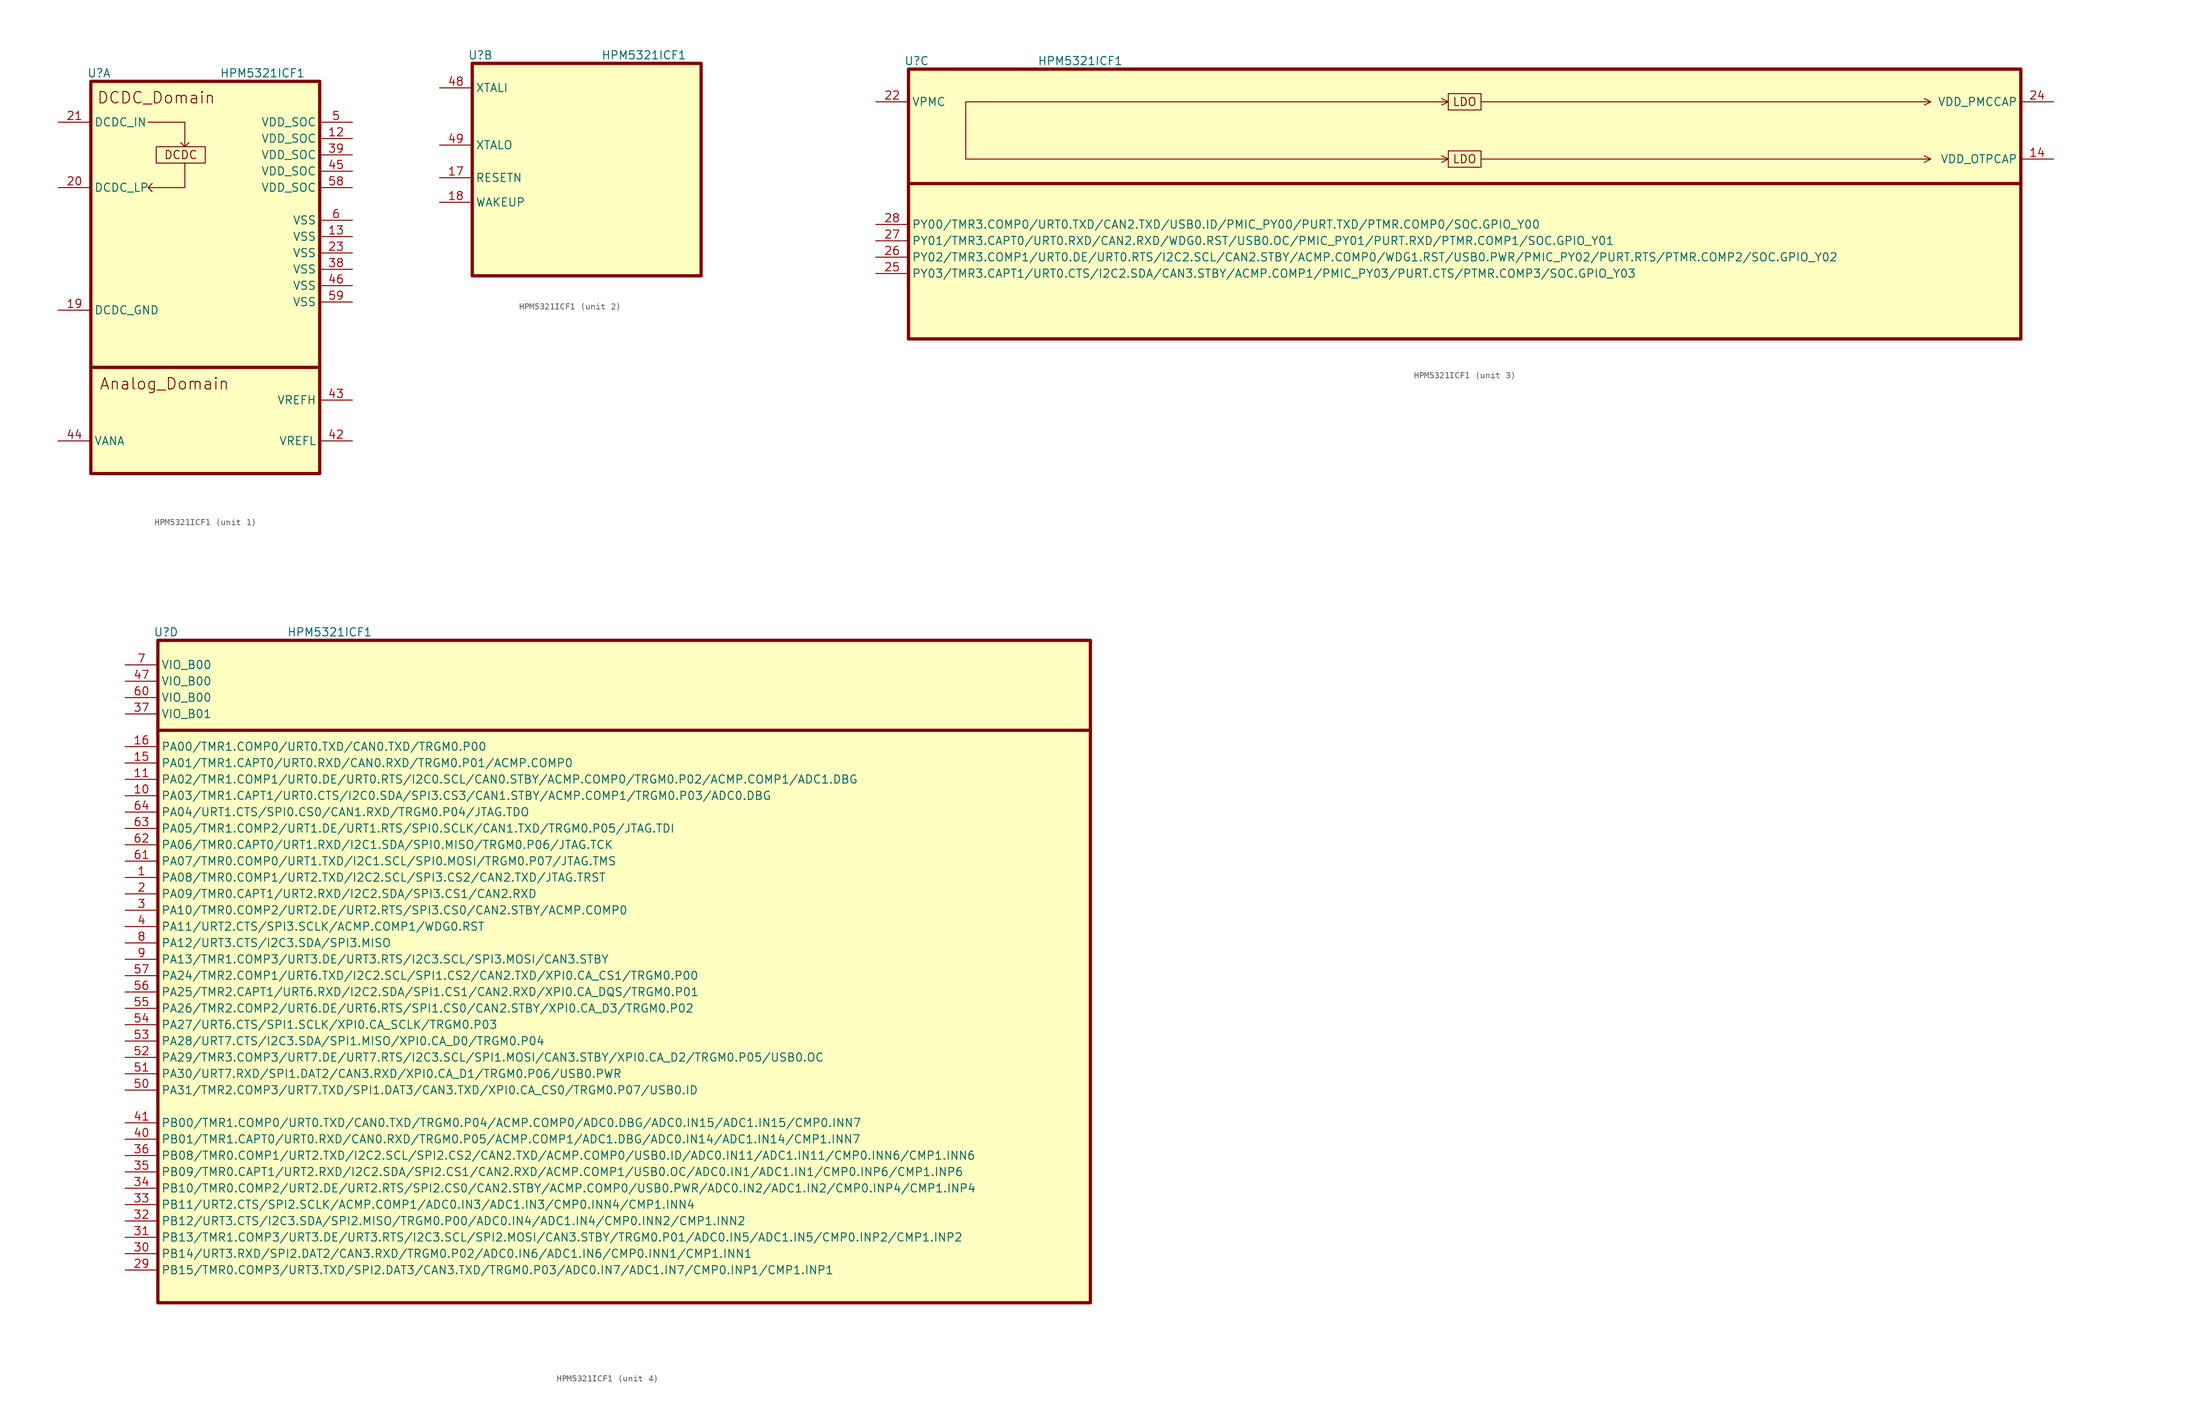
<source format=kicad_sym>
(kicad_symbol_lib
  (version 20220914)
  (generator kicad_symbol_editor)
  (symbol "HPM5321ICF1"
    (property "Reference" "U"
      (at 1.27 1.27 0)
      (effects (font (size 1.27 1.27))))
    (property "Value" "HPM5321ICF1"
      (at 26.67 1.27 0)
      (effects (font (size 1.27 1.27))))
    (property "ki_locked" ""
      (at 0 0 0)
      (effects (font (size 1.27 1.27))))
    (symbol "HPM5321ICF1_1_1"
      (polyline (pts (xy 0 -44.45) (xy 35.56 -44.45)) (stroke (width 0.508) (type default)) (fill (type none)))
      (polyline (pts (xy 8.89 -6.35) (xy 14.605 -6.35) (xy 14.605 -10.16) (xy 13.97 -9.525) (xy 14.605 -10.16) (xy 15.24 -9.525)) (stroke (width 0) (type default)) (fill (type none)))
      (polyline (pts (xy 14.605 -12.7) (xy 14.605 -16.51) (xy 8.89 -16.51) (xy 9.525 -15.875) (xy 8.89 -16.51) (xy 9.525 -17.145)) (stroke (width 0) (type default)) (fill (type none)))
      (rectangle (start 0 0) (end 35.56 -60.96) (stroke (width 0.508) (type default)) (fill (type background)))
      (rectangle (start 10.16 -10.16) (end 17.78 -12.7) (stroke (width 0) (type default)) (fill (type none)))
      (text "Analog_Domain" (at 11.43 -46.99 0) (effects (font (size 1.778 1.778))))
      (text "DCDC" (at 13.97 -11.43 0) (effects (font (size 1.27 1.27))))
      (text "DCDC_Domain" (at 10.16 -2.54 0) (effects (font (size 1.778 1.778))))
      (pin power_in line (at 40.64 -8.89 180) (length 5.08) (name "VDD_SOC" (effects (font (size 1.27 1.27)))) (number "12" (effects (font (size 1.27 1.27)))))
      (pin power_in line (at 40.64 -24.13 180) (length 5.08) (name "VSS" (effects (font (size 1.27 1.27)))) (number "13" (effects (font (size 1.27 1.27)))))
      (pin power_in line (at -5.08 -35.56 0) (length 5.08) (name "DCDC_GND" (effects (font (size 1.27 1.27)))) (number "19" (effects (font (size 1.27 1.27)))))
      (pin power_in line (at -5.08 -16.51 0) (length 5.08) (name "DCDC_LP" (effects (font (size 1.27 1.27)))) (number "20" (effects (font (size 1.27 1.27)))))
      (pin power_in line (at -5.08 -6.35 0) (length 5.08) (name "DCDC_IN" (effects (font (size 1.27 1.27)))) (number "21" (effects (font (size 1.27 1.27)))))
      (pin power_in line (at 40.64 -26.67 180) (length 5.08) (name "VSS" (effects (font (size 1.27 1.27)))) (number "23" (effects (font (size 1.27 1.27)))))
      (pin power_in line (at 40.64 -29.21 180) (length 5.08) (name "VSS" (effects (font (size 1.27 1.27)))) (number "38" (effects (font (size 1.27 1.27)))))
      (pin power_in line (at 40.64 -11.43 180) (length 5.08) (name "VDD_SOC" (effects (font (size 1.27 1.27)))) (number "39" (effects (font (size 1.27 1.27)))))
      (pin power_in line (at 40.64 -55.88 180) (length 5.08) (name "VREFL" (effects (font (size 1.27 1.27)))) (number "42" (effects (font (size 1.27 1.27)))))
      (pin power_in line (at 40.64 -49.53 180) (length 5.08) (name "VREFH" (effects (font (size 1.27 1.27)))) (number "43" (effects (font (size 1.27 1.27)))))
      (pin power_in line (at -5.08 -55.88 0) (length 5.08) (name "VANA" (effects (font (size 1.27 1.27)))) (number "44" (effects (font (size 1.27 1.27)))))
      (pin power_in line (at 40.64 -13.97 180) (length 5.08) (name "VDD_SOC" (effects (font (size 1.27 1.27)))) (number "45" (effects (font (size 1.27 1.27)))))
      (pin power_in line (at 40.64 -31.75 180) (length 5.08) (name "VSS" (effects (font (size 1.27 1.27)))) (number "46" (effects (font (size 1.27 1.27)))))
      (pin power_in line (at 40.64 -6.35 180) (length 5.08) (name "VDD_SOC" (effects (font (size 1.27 1.27)))) (number "5" (effects (font (size 1.27 1.27)))))
      (pin power_in line (at 40.64 -16.51 180) (length 5.08) (name "VDD_SOC" (effects (font (size 1.27 1.27)))) (number "58" (effects (font (size 1.27 1.27)))))
      (pin bidirectional line (at 40.64 -34.29 180) (length 5.08) (name "VSS" (effects (font (size 1.27 1.27)))) (number "59" (effects (font (size 1.27 1.27)))))
      (pin power_in line (at 40.64 -21.59 180) (length 5.08) (name "VSS" (effects (font (size 1.27 1.27)))) (number "6" (effects (font (size 1.27 1.27))))))
    (symbol "HPM5321ICF1_2_1"
      (rectangle (start 0 0) (end 35.56 -33.02) (stroke (width 0.508) (type default)) (fill (type background)))
      (pin input line (at -5.08 -17.78 0) (length 5.08) (name "RESETN" (effects (font (size 1.27 1.27)))) (number "17" (effects (font (size 1.27 1.27)))))
      (pin input line (at -5.08 -21.59 0) (length 5.08) (name "WAKEUP" (effects (font (size 1.27 1.27)))) (number "18" (effects (font (size 1.27 1.27)))))
      (pin input line (at -5.08 -3.81 0) (length 5.08) (name "XTALI" (effects (font (size 1.27 1.27)))) (number "48" (effects (font (size 1.27 1.27)))))
      (pin output line (at -5.08 -12.7 0) (length 5.08) (name "XTALO" (effects (font (size 1.27 1.27)))) (number "49" (effects (font (size 1.27 1.27))))))
    (symbol "HPM5321ICF1_3_0"
      (polyline (pts (xy 8.89 -13.97) (xy 83.82 -13.97) (xy 82.804 -13.462) (xy 83.82 -13.97) (xy 82.804 -14.478)) (stroke (width 0) (type default)) (fill (type none)))
      (polyline (pts (xy 8.89 -5.08) (xy 83.82 -5.08) (xy 82.804 -4.572) (xy 83.82 -5.08) (xy 82.804 -5.588)) (stroke (width 0) (type default)) (fill (type none)))
      (polyline (pts (xy 88.9 -13.97) (xy 158.75 -13.97) (xy 157.734 -13.462) (xy 158.75 -13.97) (xy 157.734 -14.478)) (stroke (width 0) (type default)) (fill (type none)))
      (polyline (pts (xy 88.9 -5.08) (xy 158.75 -5.08) (xy 157.734 -4.572) (xy 158.75 -5.08) (xy 157.734 -5.588)) (stroke (width 0) (type default)) (fill (type none))))
    (symbol "HPM5321ICF1_3_1"
      (polyline (pts (xy 0 -17.78) (xy 172.72 -17.78)) (stroke (width 0.508) (type default)) (fill (type none)))
      (polyline (pts (xy 8.89 -12.7) (xy 8.89 -5.08) (xy 8.89 -13.97)) (stroke (width 0) (type default)) (fill (type none)))
      (rectangle (start 0 0) (end 172.72 -41.91) (stroke (width 0.508) (type default)) (fill (type background)))
      (rectangle (start 83.82 -12.7) (end 88.9 -15.24) (stroke (width 0) (type default)) (fill (type none)))
      (rectangle (start 83.82 -3.81) (end 88.9 -6.35) (stroke (width 0) (type default)) (fill (type none)))
      (text "LDO" (at 86.36 -13.97 0) (effects (font (size 1.27 1.27))))
      (text "LDO" (at 86.36 -5.08 0) (effects (font (size 1.27 1.27))))
      (pin power_out line (at 177.8 -13.97 180) (length 5.08) (name "VDD_OTPCAP" (effects (font (size 1.27 1.27)))) (number "14" (effects (font (size 1.27 1.27)))))
      (pin power_in line (at -5.08 -5.08 0) (length 5.08) (name "VPMC" (effects (font (size 1.27 1.27)))) (number "22" (effects (font (size 1.27 1.27)))))
      (pin power_out line (at 177.8 -5.08 180) (length 5.08) (name "VDD_PMCCAP" (effects (font (size 1.27 1.27)))) (number "24" (effects (font (size 1.27 1.27)))))
      (pin bidirectional line (at -5.08 -31.75 0) (length 5.08) (name "PY03/TMR3.CAPT1/URT0.CTS/I2C2.SDA/CAN3.STBY/ACMP.COMP1/PMIC_PY03/PURT.CTS/PTMR.COMP3/SOC.GPIO_Y03" (effects (font (size 1.27 1.27)))) (number "25" (effects (font (size 1.27 1.27)))))
      (pin bidirectional line (at -5.08 -29.21 0) (length 5.08) (name "PY02/TMR3.COMP1/URT0.DE/URT0.RTS/I2C2.SCL/CAN2.STBY/ACMP.COMP0/WDG1.RST/USB0.PWR/PMIC_PY02/PURT.RTS/PTMR.COMP2/SOC.GPIO_Y02" (effects (font (size 1.27 1.27)))) (number "26" (effects (font (size 1.27 1.27)))))
      (pin bidirectional line (at -5.08 -26.67 0) (length 5.08) (name "PY01/TMR3.CAPT0/URT0.RXD/CAN2.RXD/WDG0.RST/USB0.OC/PMIC_PY01/PURT.RXD/PTMR.COMP1/SOC.GPIO_Y01" (effects (font (size 1.27 1.27)))) (number "27" (effects (font (size 1.27 1.27)))))
      (pin bidirectional line (at -5.08 -24.13 0) (length 5.08) (name "PY00/TMR3.COMP0/URT0.TXD/CAN2.TXD/USB0.ID/PMIC_PY00/PURT.TXD/PTMR.COMP0/SOC.GPIO_Y00" (effects (font (size 1.27 1.27)))) (number "28" (effects (font (size 1.27 1.27))))))
    (symbol "HPM5321ICF1_4_1"
      (polyline (pts (xy 0 -13.97) (xy 144.78 -13.97)) (stroke (width 0.5) (type default)) (fill (type none)))
      (rectangle (start 0 0) (end 144.78 -102.87) (stroke (width 0.508) (type default)) (fill (type background)))
      (pin bidirectional line (at -5.08 -36.83 0) (length 5.08) (name "PA08/TMR0.COMP1/URT2.TXD/I2C2.SCL/SPI3.CS2/CAN2.TXD/JTAG.TRST" (effects (font (size 1.27 1.27)))) (number "1" (effects (font (size 1.27 1.27)))))
      (pin bidirectional line (at -5.08 -24.13 0) (length 5.08) (name "PA03/TMR1.CAPT1/URT0.CTS/I2C0.SDA/SPI3.CS3/CAN1.STBY/ACMP.COMP1/TRGM0.P03/ADC0.DBG" (effects (font (size 1.27 1.27)))) (number "10" (effects (font (size 1.27 1.27)))))
      (pin bidirectional line (at -5.08 -21.59 0) (length 5.08) (name "PA02/TMR1.COMP1/URT0.DE/URT0.RTS/I2C0.SCL/CAN0.STBY/ACMP.COMP0/TRGM0.P02/ACMP.COMP1/ADC1.DBG" (effects (font (size 1.27 1.27)))) (number "11" (effects (font (size 1.27 1.27)))))
      (pin bidirectional line (at -5.08 -19.05 0) (length 5.08) (name "PA01/TMR1.CAPT0/URT0.RXD/CAN0.RXD/TRGM0.P01/ACMP.COMP0" (effects (font (size 1.27 1.27)))) (number "15" (effects (font (size 1.27 1.27)))))
      (pin bidirectional line (at -5.08 -16.51 0) (length 5.08) (name "PA00/TMR1.COMP0/URT0.TXD/CAN0.TXD/TRGM0.P00" (effects (font (size 1.27 1.27)))) (number "16" (effects (font (size 1.27 1.27)))))
      (pin bidirectional line (at -5.08 -39.37 0) (length 5.08) (name "PA09/TMR0.CAPT1/URT2.RXD/I2C2.SDA/SPI3.CS1/CAN2.RXD" (effects (font (size 1.27 1.27)))) (number "2" (effects (font (size 1.27 1.27)))))
      (pin passive line (at -5.08 -97.79 0) (length 5.08) (name "PB15/TMR0.COMP3/URT3.TXD/SPI2.DAT3/CAN3.TXD/TRGM0.P03/ADC0.IN7/ADC1.IN7/CMP0.INP1/CMP1.INP1" (effects (font (size 1.27 1.27)))) (number "29" (effects (font (size 1.27 1.27)))))
      (pin bidirectional line (at -5.08 -41.91 0) (length 5.08) (name "PA10/TMR0.COMP2/URT2.DE/URT2.RTS/SPI3.CS0/CAN2.STBY/ACMP.COMP0" (effects (font (size 1.27 1.27)))) (number "3" (effects (font (size 1.27 1.27)))))
      (pin bidirectional line (at -5.08 -95.25 0) (length 5.08) (name "PB14/URT3.RXD/SPI2.DAT2/CAN3.RXD/TRGM0.P02/ADC0.IN6/ADC1.IN6/CMP0.INN1/CMP1.INN1" (effects (font (size 1.27 1.27)))) (number "30" (effects (font (size 1.27 1.27)))))
      (pin bidirectional line (at -5.08 -92.71 0) (length 5.08) (name "PB13/TMR1.COMP3/URT3.DE/URT3.RTS/I2C3.SCL/SPI2.MOSI/CAN3.STBY/TRGM0.P01/ADC0.IN5/ADC1.IN5/CMP0.INP2/CMP1.INP2" (effects (font (size 1.27 1.27)))) (number "31" (effects (font (size 1.27 1.27)))))
      (pin bidirectional line (at -5.08 -90.17 0) (length 5.08) (name "PB12/URT3.CTS/I2C3.SDA/SPI2.MISO/TRGM0.P00/ADC0.IN4/ADC1.IN4/CMP0.INN2/CMP1.INN2" (effects (font (size 1.27 1.27)))) (number "32" (effects (font (size 1.27 1.27)))))
      (pin bidirectional line (at -5.08 -87.63 0) (length 5.08) (name "PB11/URT2.CTS/SPI2.SCLK/ACMP.COMP1/ADC0.IN3/ADC1.IN3/CMP0.INN4/CMP1.INN4" (effects (font (size 1.27 1.27)))) (number "33" (effects (font (size 1.27 1.27)))))
      (pin bidirectional line (at -5.08 -85.09 0) (length 5.08) (name "PB10/TMR0.COMP2/URT2.DE/URT2.RTS/SPI2.CS0/CAN2.STBY/ACMP.COMP0/USB0.PWR/ADC0.IN2/ADC1.IN2/CMP0.INP4/CMP1.INP4" (effects (font (size 1.27 1.27)))) (number "34" (effects (font (size 1.27 1.27)))))
      (pin bidirectional line (at -5.08 -82.55 0) (length 5.08) (name "PB09/TMR0.CAPT1/URT2.RXD/I2C2.SDA/SPI2.CS1/CAN2.RXD/ACMP.COMP1/USB0.OC/ADC0.IN1/ADC1.IN1/CMP0.INP6/CMP1.INP6" (effects (font (size 1.27 1.27)))) (number "35" (effects (font (size 1.27 1.27)))))
      (pin bidirectional line (at -5.08 -80.01 0) (length 5.08) (name "PB08/TMR0.COMP1/URT2.TXD/I2C2.SCL/SPI2.CS2/CAN2.TXD/ACMP.COMP0/USB0.ID/ADC0.IN11/ADC1.IN11/CMP0.INN6/CMP1.INN6" (effects (font (size 1.27 1.27)))) (number "36" (effects (font (size 1.27 1.27)))))
      (pin power_in line (at -5.08 -11.43 0) (length 5.08) (name "VIO_B01" (effects (font (size 1.27 1.27)))) (number "37" (effects (font (size 1.27 1.27)))))
      (pin bidirectional line (at -5.08 -44.45 0) (length 5.08) (name "PA11/URT2.CTS/SPI3.SCLK/ACMP.COMP1/WDG0.RST" (effects (font (size 1.27 1.27)))) (number "4" (effects (font (size 1.27 1.27)))))
      (pin bidirectional line (at -5.08 -77.47 0) (length 5.08) (name "PB01/TMR1.CAPT0/URT0.RXD/CAN0.RXD/TRGM0.P05/ACMP.COMP1/ADC1.DBG/ADC0.IN14/ADC1.IN14/CMP1.INN7" (effects (font (size 1.27 1.27)))) (number "40" (effects (font (size 1.27 1.27)))))
      (pin bidirectional line (at -5.08 -74.93 0) (length 5.08) (name "PB00/TMR1.COMP0/URT0.TXD/CAN0.TXD/TRGM0.P04/ACMP.COMP0/ADC0.DBG/ADC0.IN15/ADC1.IN15/CMP0.INN7" (effects (font (size 1.27 1.27)))) (number "41" (effects (font (size 1.27 1.27)))))
      (pin power_in line (at -5.08 -6.35 0) (length 5.08) (name "VIO_B00" (effects (font (size 1.27 1.27)))) (number "47" (effects (font (size 1.27 1.27)))))
      (pin bidirectional line (at -5.08 -69.85 0) (length 5.08) (name "PA31/TMR2.COMP3/URT7.TXD/SPI1.DAT3/CAN3.TXD/XPI0.CA_CS0/TRGM0.P07/USB0.ID" (effects (font (size 1.27 1.27)))) (number "50" (effects (font (size 1.27 1.27)))))
      (pin bidirectional line (at -5.08 -67.31 0) (length 5.08) (name "PA30/URT7.RXD/SPI1.DAT2/CAN3.RXD/XPI0.CA_D1/TRGM0.P06/USB0.PWR" (effects (font (size 1.27 1.27)))) (number "51" (effects (font (size 1.27 1.27)))))
      (pin bidirectional line (at -5.08 -64.77 0) (length 5.08) (name "PA29/TMR3.COMP3/URT7.DE/URT7.RTS/I2C3.SCL/SPI1.MOSI/CAN3.STBY/XPI0.CA_D2/TRGM0.P05/USB0.OC" (effects (font (size 1.27 1.27)))) (number "52" (effects (font (size 1.27 1.27)))))
      (pin bidirectional line (at -5.08 -62.23 0) (length 5.08) (name "PA28/URT7.CTS/I2C3.SDA/SPI1.MISO/XPI0.CA_D0/TRGM0.P04" (effects (font (size 1.27 1.27)))) (number "53" (effects (font (size 1.27 1.27)))))
      (pin bidirectional line (at -5.08 -59.69 0) (length 5.08) (name "PA27/URT6.CTS/SPI1.SCLK/XPI0.CA_SCLK/TRGM0.P03" (effects (font (size 1.27 1.27)))) (number "54" (effects (font (size 1.27 1.27)))))
      (pin bidirectional line (at -5.08 -57.15 0) (length 5.08) (name "PA26/TMR2.COMP2/URT6.DE/URT6.RTS/SPI1.CS0/CAN2.STBY/XPI0.CA_D3/TRGM0.P02" (effects (font (size 1.27 1.27)))) (number "55" (effects (font (size 1.27 1.27)))))
      (pin bidirectional line (at -5.08 -54.61 0) (length 5.08) (name "PA25/TMR2.CAPT1/URT6.RXD/I2C2.SDA/SPI1.CS1/CAN2.RXD/XPI0.CA_DQS/TRGM0.P01" (effects (font (size 1.27 1.27)))) (number "56" (effects (font (size 1.27 1.27)))))
      (pin bidirectional line (at -5.08 -52.07 0) (length 5.08) (name "PA24/TMR2.COMP1/URT6.TXD/I2C2.SCL/SPI1.CS2/CAN2.TXD/XPI0.CA_CS1/TRGM0.P00" (effects (font (size 1.27 1.27)))) (number "57" (effects (font (size 1.27 1.27)))))
      (pin power_in line (at -5.08 -8.89 0) (length 5.08) (name "VIO_B00" (effects (font (size 1.27 1.27)))) (number "60" (effects (font (size 1.27 1.27)))))
      (pin bidirectional line (at -5.08 -34.29 0) (length 5.08) (name "PA07/TMR0.COMP0/URT1.TXD/I2C1.SCL/SPI0.MOSI/TRGM0.P07/JTAG.TMS" (effects (font (size 1.27 1.27)))) (number "61" (effects (font (size 1.27 1.27)))))
      (pin bidirectional line (at -5.08 -31.75 0) (length 5.08) (name "PA06/TMR0.CAPT0/URT1.RXD/I2C1.SDA/SPI0.MISO/TRGM0.P06/JTAG.TCK" (effects (font (size 1.27 1.27)))) (number "62" (effects (font (size 1.27 1.27)))))
      (pin bidirectional line (at -5.08 -29.21 0) (length 5.08) (name "PA05/TMR1.COMP2/URT1.DE/URT1.RTS/SPI0.SCLK/CAN1.TXD/TRGM0.P05/JTAG.TDI" (effects (font (size 1.27 1.27)))) (number "63" (effects (font (size 1.27 1.27)))))
      (pin bidirectional line (at -5.08 -26.67 0) (length 5.08) (name "PA04/URT1.CTS/SPI0.CS0/CAN1.RXD/TRGM0.P04/JTAG.TDO" (effects (font (size 1.27 1.27)))) (number "64" (effects (font (size 1.27 1.27)))))
      (pin power_in line (at -5.08 -3.81 0) (length 5.08) (name "VIO_B00" (effects (font (size 1.27 1.27)))) (number "7" (effects (font (size 1.27 1.27)))))
      (pin bidirectional line (at -5.08 -46.99 0) (length 5.08) (name "PA12/URT3.CTS/I2C3.SDA/SPI3.MISO" (effects (font (size 1.27 1.27)))) (number "8" (effects (font (size 1.27 1.27)))))
      (pin bidirectional line (at -5.08 -49.53 0) (length 5.08) (name "PA13/TMR1.COMP3/URT3.DE/URT3.RTS/I2C3.SCL/SPI3.MOSI/CAN3.STBY" (effects (font (size 1.27 1.27)))) (number "9" (effects (font (size 1.27 1.27))))))))
</source>
